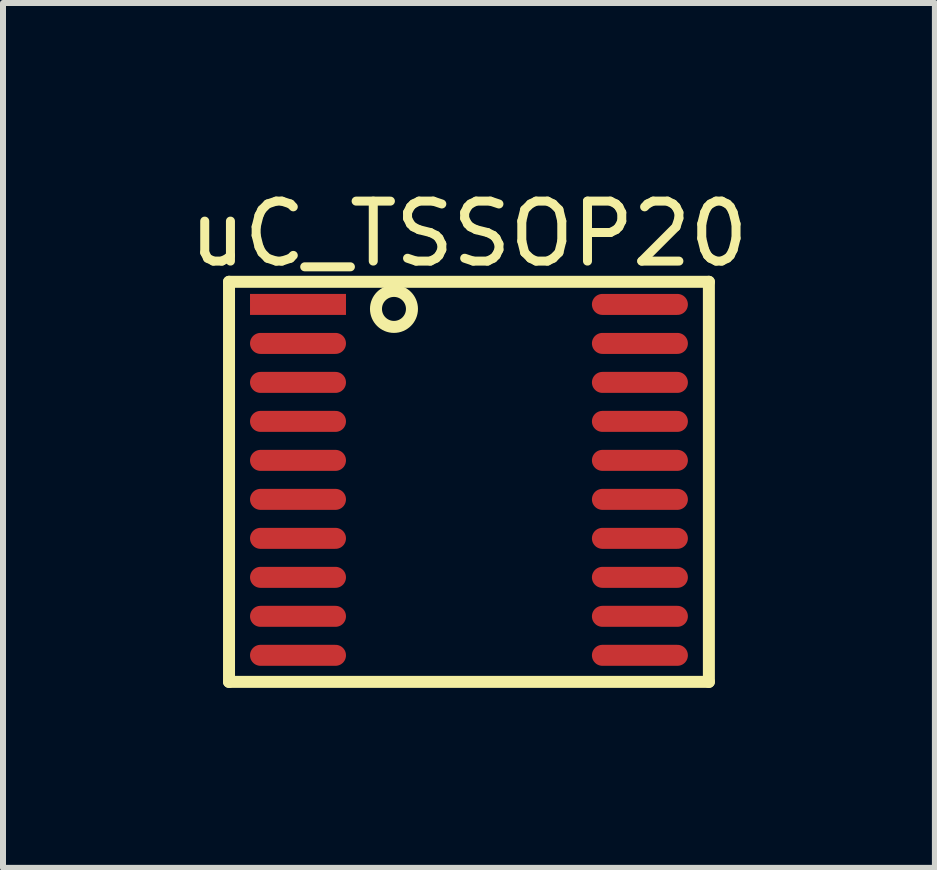
<source format=kicad_pcb>
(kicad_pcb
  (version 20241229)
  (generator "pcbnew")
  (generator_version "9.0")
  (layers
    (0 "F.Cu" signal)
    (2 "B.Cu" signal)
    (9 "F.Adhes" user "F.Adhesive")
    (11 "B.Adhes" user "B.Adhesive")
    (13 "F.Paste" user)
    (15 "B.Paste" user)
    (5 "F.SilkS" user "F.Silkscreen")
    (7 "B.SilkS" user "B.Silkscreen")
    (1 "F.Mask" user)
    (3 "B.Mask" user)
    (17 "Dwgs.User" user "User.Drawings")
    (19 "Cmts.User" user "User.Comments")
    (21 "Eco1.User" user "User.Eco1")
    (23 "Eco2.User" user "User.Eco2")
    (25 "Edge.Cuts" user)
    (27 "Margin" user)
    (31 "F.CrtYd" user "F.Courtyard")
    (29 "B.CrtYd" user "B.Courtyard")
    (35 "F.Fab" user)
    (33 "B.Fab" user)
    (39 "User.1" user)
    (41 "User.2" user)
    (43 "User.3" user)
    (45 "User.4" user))
  (footprint "uC_TSSOP20"
    (layer "F.Cu")
    (at 4.768 5.6)
    (property "Reference" "uC_TSSOP20" (at 0 -4.752 0) (layer "F.SilkS") (effects (font (size 1 1) (thickness 0.15))))
    (fp_line (start -4 -3.952) (end 4 -3.952) (stroke (width 0.2) (type solid)) (layer "F.SilkS"))
    (fp_line (start -4 2.718) (end -4 -3.952) (stroke (width 0.2) (type solid)) (layer "F.SilkS"))
    (fp_line (start -4 2.718) (end 4 2.718) (stroke (width 0.2) (type solid)) (layer "F.SilkS"))
    (fp_line (start 4 2.718) (end 4 -3.952) (stroke (width 0.2) (type solid)) (layer "F.SilkS"))
    (fp_circle (center -1.25 -3.5) (end -1.25 -3.8) (stroke (width 0.2) (type solid)) (fill no) (layer "F.SilkS"))
    (pad "1" smd rect (at -2.85 -3.575 90) (size 0.35 1.6) (layers "F.Cu" "F.Mask" "F.Paste"))
    (pad "2" smd oval (at -2.85 -2.925 90) (size 0.35 1.6) (layers "F.Cu" "F.Mask" "F.Paste"))
    (pad "3" smd oval (at -2.85 -2.275 90) (size 0.35 1.6) (layers "F.Cu" "F.Mask" "F.Paste"))
    (pad "4" smd oval (at -2.85 -1.625 90) (size 0.35 1.6) (layers "F.Cu" "F.Mask" "F.Paste"))
    (pad "5" smd oval (at -2.85 -0.975 90) (size 0.35 1.6) (layers "F.Cu" "F.Mask" "F.Paste"))
    (pad "6" smd oval (at -2.85 -0.325 90) (size 0.35 1.6) (layers "F.Cu" "F.Mask" "F.Paste"))
    (pad "7" smd oval (at -2.85 0.325 90) (size 0.35 1.6) (layers "F.Cu" "F.Mask" "F.Paste"))
    (pad "8" smd oval (at -2.85 0.975 90) (size 0.35 1.6) (layers "F.Cu" "F.Mask" "F.Paste"))
    (pad "9" smd oval (at -2.85 1.625 90) (size 0.35 1.6) (layers "F.Cu" "F.Mask" "F.Paste"))
    (pad "10" smd oval (at -2.85 2.275 90) (size 0.35 1.6) (layers "F.Cu" "F.Mask" "F.Paste"))
    (pad "11" smd oval (at 2.85 2.275 90) (size 0.35 1.6) (layers "F.Cu" "F.Mask" "F.Paste"))
    (pad "12" smd oval (at 2.85 1.625 90) (size 0.35 1.6) (layers "F.Cu" "F.Mask" "F.Paste"))
    (pad "13" smd oval (at 2.85 0.975 90) (size 0.35 1.6) (layers "F.Cu" "F.Mask" "F.Paste"))
    (pad "14" smd oval (at 2.85 0.325 90) (size 0.35 1.6) (layers "F.Cu" "F.Mask" "F.Paste"))
    (pad "15" smd oval (at 2.85 -0.325 90) (size 0.35 1.6) (layers "F.Cu" "F.Mask" "F.Paste"))
    (pad "16" smd oval (at 2.85 -0.975 90) (size 0.35 1.6) (layers "F.Cu" "F.Mask" "F.Paste"))
    (pad "17" smd oval (at 2.85 -1.625 90) (size 0.35 1.6) (layers "F.Cu" "F.Mask" "F.Paste"))
    (pad "18" smd oval (at 2.85 -2.275 90) (size 0.35 1.6) (layers "F.Cu" "F.Mask" "F.Paste"))
    (pad "19" smd oval (at 2.85 -2.925 90) (size 0.35 1.6) (layers "F.Cu" "F.Mask" "F.Paste"))
    (pad "20" smd oval (at 2.85 -3.575 90) (size 0.35 1.6) (layers "F.Cu" "F.Mask" "F.Paste")))
  (gr_rect
    (start -3 -3)
    (end 12.536 11.418)
    (stroke (width 0.1) (type default))
    (fill no)
    (layer "Edge.Cuts")))
</source>
